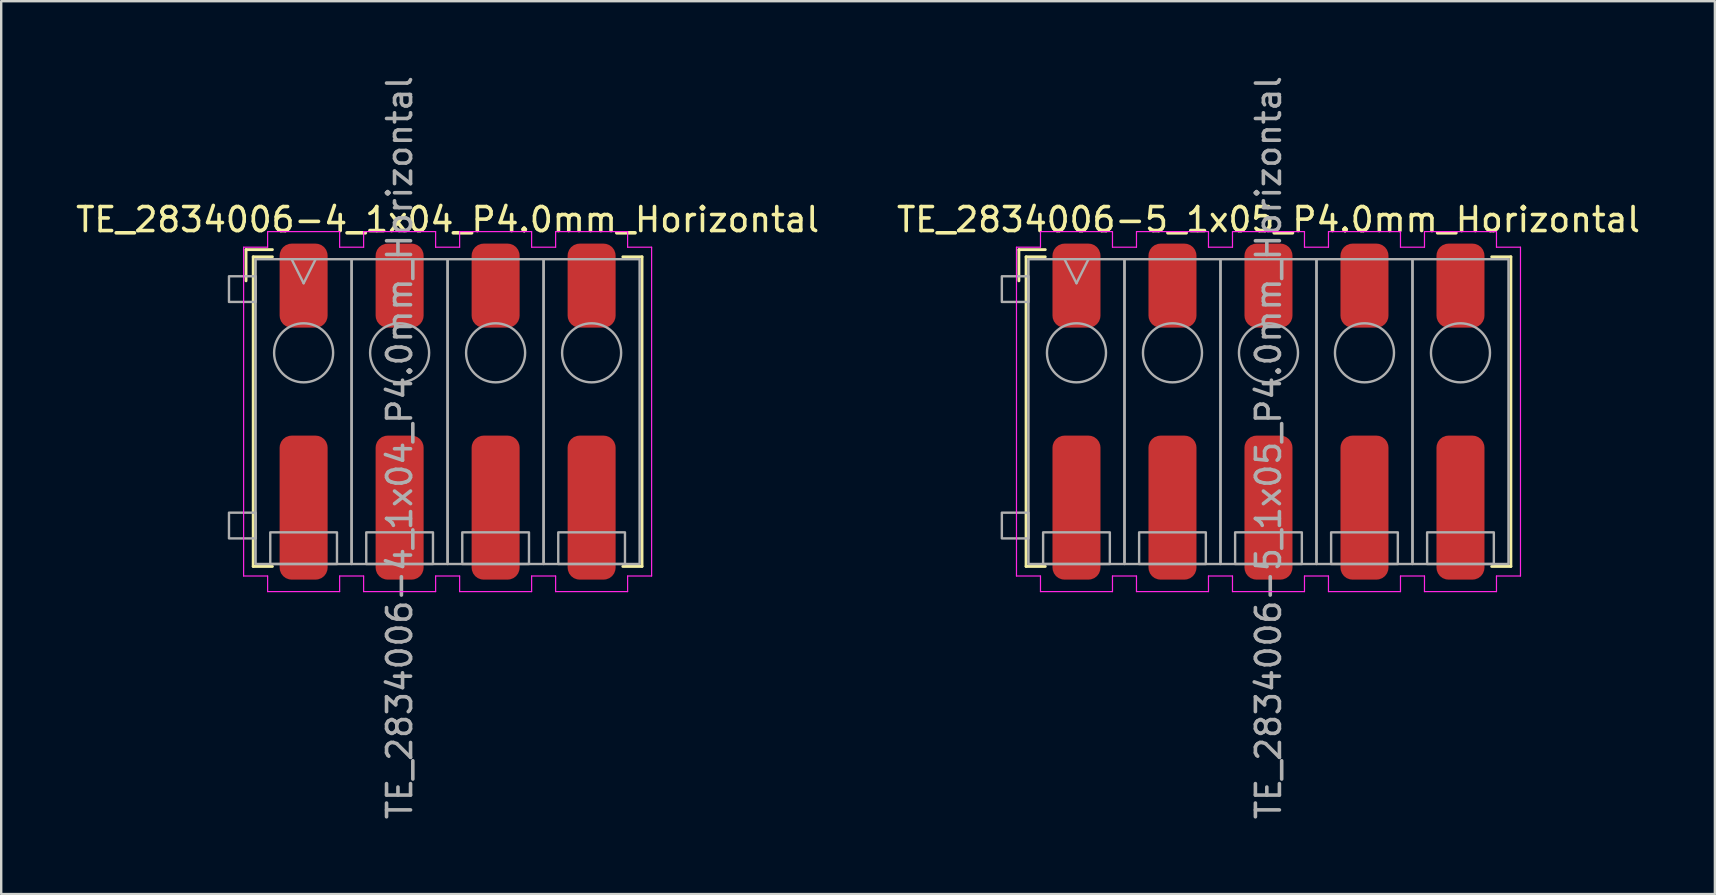
<source format=kicad_pcb>
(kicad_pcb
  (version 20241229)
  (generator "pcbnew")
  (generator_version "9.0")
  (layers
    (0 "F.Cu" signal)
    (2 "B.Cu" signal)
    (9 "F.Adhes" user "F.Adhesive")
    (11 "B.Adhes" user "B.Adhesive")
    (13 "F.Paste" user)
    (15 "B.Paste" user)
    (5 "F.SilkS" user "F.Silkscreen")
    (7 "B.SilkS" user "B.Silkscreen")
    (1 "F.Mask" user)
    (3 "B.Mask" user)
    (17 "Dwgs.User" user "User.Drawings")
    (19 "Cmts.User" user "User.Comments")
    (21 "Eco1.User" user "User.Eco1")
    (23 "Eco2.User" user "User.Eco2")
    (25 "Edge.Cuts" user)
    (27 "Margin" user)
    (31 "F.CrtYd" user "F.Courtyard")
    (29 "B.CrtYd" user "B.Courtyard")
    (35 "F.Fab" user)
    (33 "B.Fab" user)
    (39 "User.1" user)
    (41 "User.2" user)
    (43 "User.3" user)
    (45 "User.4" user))
  (footprint "TE_2834006-4_1x04_P4.0mm_Horizontal"
    (layer "F.Cu")
    (at 15.601 14.101)
    (property "Reference" "TE_2834006-4_1x04_P4.0mm_Horizontal" (at 0 -8 0) (unlocked yes) (layer "F.SilkS") (effects (font (size 1 1) (thickness 0.15))))
    (attr smd)
    (fp_line (start -8.4 -6.75) (end -8.4 -5.45) (stroke (width 0.12) (type solid)) (layer "F.SilkS"))
    (fp_line (start -8.1 -6.45) (end -7.3 -6.45) (stroke (width 0.12) (type solid)) (layer "F.SilkS"))
    (fp_line (start -8.1 6.45) (end -8.1 -6.45) (stroke (width 0.12) (type solid)) (layer "F.SilkS"))
    (fp_line (start -8.1 6.45) (end -7.3 6.45) (stroke (width 0.12) (type solid)) (layer "F.SilkS"))
    (fp_line (start -7.3 -6.75) (end -8.4 -6.75) (stroke (width 0.12) (type solid)) (layer "F.SilkS"))
    (fp_line (start 8.1 -6.45) (end 7.3 -6.45) (stroke (width 0.12) (type solid)) (layer "F.SilkS"))
    (fp_line (start 8.1 -6.45) (end 8.1 6.45) (stroke (width 0.12) (type solid)) (layer "F.SilkS"))
    (fp_line (start 8.1 6.45) (end 7.3 6.45) (stroke (width 0.12) (type solid)) (layer "F.SilkS"))
    (fp_line (start -8.5 -6.85) (end -8.5 6.85) (stroke (width 0.05) (type solid)) (layer "F.CrtYd"))
    (fp_line (start -8.5 -6.85) (end -7.5 -6.85) (stroke (width 0.05) (type solid)) (layer "F.CrtYd"))
    (fp_line (start -7.5 -7.5) (end -4.5 -7.5) (stroke (width 0.05) (type solid)) (layer "F.CrtYd"))
    (fp_line (start -7.5 -6.85) (end -7.5 -7.5) (stroke (width 0.05) (type solid)) (layer "F.CrtYd"))
    (fp_line (start -7.5 6.85) (end -8.5 6.85) (stroke (width 0.05) (type solid)) (layer "F.CrtYd"))
    (fp_line (start -7.5 7.5) (end -7.5 6.85) (stroke (width 0.05) (type solid)) (layer "F.CrtYd"))
    (fp_line (start -4.5 -7.5) (end -4.5 -6.85) (stroke (width 0.05) (type solid)) (layer "F.CrtYd"))
    (fp_line (start -4.5 -6.85) (end -3.5 -6.85) (stroke (width 0.05) (type solid)) (layer "F.CrtYd"))
    (fp_line (start -4.5 6.85) (end -4.5 7.5) (stroke (width 0.05) (type solid)) (layer "F.CrtYd"))
    (fp_line (start -4.5 7.5) (end -7.5 7.5) (stroke (width 0.05) (type solid)) (layer "F.CrtYd"))
    (fp_line (start -3.5 -7.5) (end -0.5 -7.5) (stroke (width 0.05) (type solid)) (layer "F.CrtYd"))
    (fp_line (start -3.5 -6.85) (end -3.5 -7.5) (stroke (width 0.05) (type solid)) (layer "F.CrtYd"))
    (fp_line (start -3.5 6.85) (end -4.5 6.85) (stroke (width 0.05) (type solid)) (layer "F.CrtYd"))
    (fp_line (start -3.5 7.5) (end -3.5 6.85) (stroke (width 0.05) (type solid)) (layer "F.CrtYd"))
    (fp_line (start -0.5 -7.5) (end -0.5 -6.85) (stroke (width 0.05) (type solid)) (layer "F.CrtYd"))
    (fp_line (start -0.5 -6.85) (end 0.5 -6.85) (stroke (width 0.05) (type solid)) (layer "F.CrtYd"))
    (fp_line (start -0.5 6.85) (end -0.5 7.5) (stroke (width 0.05) (type solid)) (layer "F.CrtYd"))
    (fp_line (start -0.5 7.5) (end -3.5 7.5) (stroke (width 0.05) (type solid)) (layer "F.CrtYd"))
    (fp_line (start 0.5 -7.5) (end 3.5 -7.5) (stroke (width 0.05) (type solid)) (layer "F.CrtYd"))
    (fp_line (start 0.5 -6.85) (end 0.5 -7.5) (stroke (width 0.05) (type solid)) (layer "F.CrtYd"))
    (fp_line (start 0.5 6.85) (end -0.5 6.85) (stroke (width 0.05) (type solid)) (layer "F.CrtYd"))
    (fp_line (start 0.5 7.5) (end 0.5 6.85) (stroke (width 0.05) (type solid)) (layer "F.CrtYd"))
    (fp_line (start 3.5 -7.5) (end 3.5 -6.85) (stroke (width 0.05) (type solid)) (layer "F.CrtYd"))
    (fp_line (start 3.5 -6.85) (end 4.5 -6.85) (stroke (width 0.05) (type solid)) (layer "F.CrtYd"))
    (fp_line (start 3.5 6.85) (end 3.5 7.5) (stroke (width 0.05) (type solid)) (layer "F.CrtYd"))
    (fp_line (start 3.5 7.5) (end 0.5 7.5) (stroke (width 0.05) (type solid)) (layer "F.CrtYd"))
    (fp_line (start 4.5 -7.5) (end 7.5 -7.5) (stroke (width 0.05) (type solid)) (layer "F.CrtYd"))
    (fp_line (start 4.5 -6.85) (end 4.5 -7.5) (stroke (width 0.05) (type solid)) (layer "F.CrtYd"))
    (fp_line (start 4.5 6.85) (end 3.5 6.85) (stroke (width 0.05) (type solid)) (layer "F.CrtYd"))
    (fp_line (start 4.5 7.5) (end 4.5 6.85) (stroke (width 0.05) (type solid)) (layer "F.CrtYd"))
    (fp_line (start 7.5 -7.5) (end 7.5 -6.85) (stroke (width 0.05) (type solid)) (layer "F.CrtYd"))
    (fp_line (start 7.5 -6.85) (end 8.5 -6.85) (stroke (width 0.05) (type solid)) (layer "F.CrtYd"))
    (fp_line (start 7.5 6.85) (end 7.5 7.5) (stroke (width 0.05) (type solid)) (layer "F.CrtYd"))
    (fp_line (start 7.5 7.5) (end 4.5 7.5) (stroke (width 0.05) (type solid)) (layer "F.CrtYd"))
    (fp_line (start 8.5 -6.85) (end 8.5 6.85) (stroke (width 0.05) (type solid)) (layer "F.CrtYd"))
    (fp_line (start 8.5 6.85) (end 7.5 6.85) (stroke (width 0.05) (type solid)) (layer "F.CrtYd"))
    (fp_line (start -6 -5.35) (end -6.5 -6.35) (stroke (width 0.1) (type solid)) (layer "F.Fab"))
    (fp_line (start -5.5 -6.35) (end -6 -5.35) (stroke (width 0.1) (type solid)) (layer "F.Fab"))
    (fp_rect (start -9.11 -5.64) (end -8 -4.569) (stroke (width 0.1) (type solid)) (fill no) (layer "F.Fab"))
    (fp_rect (start -9.11 4.21) (end -8 5.282) (stroke (width 0.1) (type solid)) (fill no) (layer "F.Fab"))
    (fp_rect (start -8 -6.35) (end -4 6.35) (stroke (width 0.1) (type solid)) (fill no) (layer "F.Fab"))
    (fp_rect (start -7.39 5.03) (end -4.61 6.35) (stroke (width 0.1) (type solid)) (fill no) (layer "F.Fab"))
    (fp_rect (start -4 -6.35) (end 0 6.35) (stroke (width 0.1) (type solid)) (fill no) (layer "F.Fab"))
    (fp_rect (start -3.39 5.03) (end -0.61 6.35) (stroke (width 0.1) (type solid)) (fill no) (layer "F.Fab"))
    (fp_rect (start 0 -6.35) (end 4 6.35) (stroke (width 0.1) (type solid)) (fill no) (layer "F.Fab"))
    (fp_rect (start 0.61 5.03) (end 3.39 6.35) (stroke (width 0.1) (type solid)) (fill no) (layer "F.Fab"))
    (fp_rect (start 4 -6.35) (end 8 6.35) (stroke (width 0.1) (type solid)) (fill no) (layer "F.Fab"))
    (fp_rect (start 4.61 5.03) (end 7.39 6.35) (stroke (width 0.1) (type solid)) (fill no) (layer "F.Fab"))
    (fp_circle (center -6 -2.45) (end -4.77 -2.45) (stroke (width 0.1) (type solid)) (fill no) (layer "F.Fab"))
    (fp_circle (center -2 -2.45) (end -0.77 -2.45) (stroke (width 0.1) (type solid)) (fill no) (layer "F.Fab"))
    (fp_circle (center 2 -2.45) (end 3.23 -2.45) (stroke (width 0.1) (type solid)) (fill no) (layer "F.Fab"))
    (fp_circle (center 6 -2.45) (end 7.23 -2.45) (stroke (width 0.1) (type solid)) (fill no) (layer "F.Fab"))
    (fp_text user "${REFERENCE}" (at -2 1.5 90) (unlocked yes) (layer "F.Fab") (effects (font (size 1 1) (thickness 0.15))))
    (pad "1" smd roundrect (at -6 -5.25) (size 2 3.5) (layers "F.Cu" "F.Mask" "F.Paste") (roundrect_rratio 0.25))
    (pad "1" smd roundrect (at -6 4) (size 2 6) (layers "F.Cu" "F.Mask" "F.Paste") (roundrect_rratio 0.25))
    (pad "2" smd roundrect (at -2 -5.25) (size 2 3.5) (layers "F.Cu" "F.Mask" "F.Paste") (roundrect_rratio 0.25))
    (pad "2" smd roundrect (at -2 4) (size 2 6) (layers "F.Cu" "F.Mask" "F.Paste") (roundrect_rratio 0.25))
    (pad "3" smd roundrect (at 2 -5.25) (size 2 3.5) (layers "F.Cu" "F.Mask" "F.Paste") (roundrect_rratio 0.25))
    (pad "3" smd roundrect (at 2 4) (size 2 6) (layers "F.Cu" "F.Mask" "F.Paste") (roundrect_rratio 0.25))
    (pad "4" smd roundrect (at 6 -5.25) (size 2 3.5) (layers "F.Cu" "F.Mask" "F.Paste") (roundrect_rratio 0.25))
    (pad "4" smd roundrect (at 6 4) (size 2 6) (layers "F.Cu" "F.Mask" "F.Paste") (roundrect_rratio 0.25)))
  (footprint "TE_2834006-5_1x05_P4.0mm_Horizontal"
    (layer "F.Cu")
    (at 49.804 14.101)
    (property "Reference" "TE_2834006-5_1x05_P4.0mm_Horizontal" (at 0 -8 0) (unlocked yes) (layer "F.SilkS") (effects (font (size 1 1) (thickness 0.15))))
    (attr smd)
    (fp_line (start -10.4 -6.75) (end -10.4 -5.45) (stroke (width 0.12) (type solid)) (layer "F.SilkS"))
    (fp_line (start -10.1 -6.45) (end -9.3 -6.45) (stroke (width 0.12) (type solid)) (layer "F.SilkS"))
    (fp_line (start -10.1 6.45) (end -10.1 -6.45) (stroke (width 0.12) (type solid)) (layer "F.SilkS"))
    (fp_line (start -10.1 6.45) (end -9.3 6.45) (stroke (width 0.12) (type solid)) (layer "F.SilkS"))
    (fp_line (start -9.3 -6.75) (end -10.4 -6.75) (stroke (width 0.12) (type solid)) (layer "F.SilkS"))
    (fp_line (start 10.1 -6.45) (end 9.3 -6.45) (stroke (width 0.12) (type solid)) (layer "F.SilkS"))
    (fp_line (start 10.1 -6.45) (end 10.1 6.45) (stroke (width 0.12) (type solid)) (layer "F.SilkS"))
    (fp_line (start 10.1 6.45) (end 9.3 6.45) (stroke (width 0.12) (type solid)) (layer "F.SilkS"))
    (fp_line (start -10.5 -6.85) (end -10.5 6.85) (stroke (width 0.05) (type solid)) (layer "F.CrtYd"))
    (fp_line (start -10.5 -6.85) (end -9.5 -6.85) (stroke (width 0.05) (type solid)) (layer "F.CrtYd"))
    (fp_line (start -9.5 -7.5) (end -6.5 -7.5) (stroke (width 0.05) (type solid)) (layer "F.CrtYd"))
    (fp_line (start -9.5 -6.85) (end -9.5 -7.5) (stroke (width 0.05) (type solid)) (layer "F.CrtYd"))
    (fp_line (start -9.5 6.85) (end -10.5 6.85) (stroke (width 0.05) (type solid)) (layer "F.CrtYd"))
    (fp_line (start -9.5 7.5) (end -9.5 6.85) (stroke (width 0.05) (type solid)) (layer "F.CrtYd"))
    (fp_line (start -6.5 -7.5) (end -6.5 -6.85) (stroke (width 0.05) (type solid)) (layer "F.CrtYd"))
    (fp_line (start -6.5 -6.85) (end -5.5 -6.85) (stroke (width 0.05) (type solid)) (layer "F.CrtYd"))
    (fp_line (start -6.5 6.85) (end -6.5 7.5) (stroke (width 0.05) (type solid)) (layer "F.CrtYd"))
    (fp_line (start -6.5 7.5) (end -9.5 7.5) (stroke (width 0.05) (type solid)) (layer "F.CrtYd"))
    (fp_line (start -5.5 -7.5) (end -2.5 -7.5) (stroke (width 0.05) (type solid)) (layer "F.CrtYd"))
    (fp_line (start -5.5 -6.85) (end -5.5 -7.5) (stroke (width 0.05) (type solid)) (layer "F.CrtYd"))
    (fp_line (start -5.5 6.85) (end -6.5 6.85) (stroke (width 0.05) (type solid)) (layer "F.CrtYd"))
    (fp_line (start -5.5 7.5) (end -5.5 6.85) (stroke (width 0.05) (type solid)) (layer "F.CrtYd"))
    (fp_line (start -2.5 -7.5) (end -2.5 -6.85) (stroke (width 0.05) (type solid)) (layer "F.CrtYd"))
    (fp_line (start -2.5 -6.85) (end -1.5 -6.85) (stroke (width 0.05) (type solid)) (layer "F.CrtYd"))
    (fp_line (start -2.5 6.85) (end -2.5 7.5) (stroke (width 0.05) (type solid)) (layer "F.CrtYd"))
    (fp_line (start -2.5 7.5) (end -5.5 7.5) (stroke (width 0.05) (type solid)) (layer "F.CrtYd"))
    (fp_line (start -1.5 -7.5) (end 1.5 -7.5) (stroke (width 0.05) (type solid)) (layer "F.CrtYd"))
    (fp_line (start -1.5 -6.85) (end -1.5 -7.5) (stroke (width 0.05) (type solid)) (layer "F.CrtYd"))
    (fp_line (start -1.5 6.85) (end -2.5 6.85) (stroke (width 0.05) (type solid)) (layer "F.CrtYd"))
    (fp_line (start -1.5 7.5) (end -1.5 6.85) (stroke (width 0.05) (type solid)) (layer "F.CrtYd"))
    (fp_line (start 1.5 -7.5) (end 1.5 -6.85) (stroke (width 0.05) (type solid)) (layer "F.CrtYd"))
    (fp_line (start 1.5 -6.85) (end 2.5 -6.85) (stroke (width 0.05) (type solid)) (layer "F.CrtYd"))
    (fp_line (start 1.5 6.85) (end 1.5 7.5) (stroke (width 0.05) (type solid)) (layer "F.CrtYd"))
    (fp_line (start 1.5 7.5) (end -1.5 7.5) (stroke (width 0.05) (type solid)) (layer "F.CrtYd"))
    (fp_line (start 2.5 -7.5) (end 5.5 -7.5) (stroke (width 0.05) (type solid)) (layer "F.CrtYd"))
    (fp_line (start 2.5 -6.85) (end 2.5 -7.5) (stroke (width 0.05) (type solid)) (layer "F.CrtYd"))
    (fp_line (start 2.5 6.85) (end 1.5 6.85) (stroke (width 0.05) (type solid)) (layer "F.CrtYd"))
    (fp_line (start 2.5 7.5) (end 2.5 6.85) (stroke (width 0.05) (type solid)) (layer "F.CrtYd"))
    (fp_line (start 5.5 -7.5) (end 5.5 -6.85) (stroke (width 0.05) (type solid)) (layer "F.CrtYd"))
    (fp_line (start 5.5 -6.85) (end 6.5 -6.85) (stroke (width 0.05) (type solid)) (layer "F.CrtYd"))
    (fp_line (start 5.5 6.85) (end 5.5 7.5) (stroke (width 0.05) (type solid)) (layer "F.CrtYd"))
    (fp_line (start 5.5 7.5) (end 2.5 7.5) (stroke (width 0.05) (type solid)) (layer "F.CrtYd"))
    (fp_line (start 6.5 -7.5) (end 9.5 -7.5) (stroke (width 0.05) (type solid)) (layer "F.CrtYd"))
    (fp_line (start 6.5 -6.85) (end 6.5 -7.5) (stroke (width 0.05) (type solid)) (layer "F.CrtYd"))
    (fp_line (start 6.5 6.85) (end 5.5 6.85) (stroke (width 0.05) (type solid)) (layer "F.CrtYd"))
    (fp_line (start 6.5 7.5) (end 6.5 6.85) (stroke (width 0.05) (type solid)) (layer "F.CrtYd"))
    (fp_line (start 9.5 -7.5) (end 9.5 -6.85) (stroke (width 0.05) (type solid)) (layer "F.CrtYd"))
    (fp_line (start 9.5 -6.85) (end 10.5 -6.85) (stroke (width 0.05) (type solid)) (layer "F.CrtYd"))
    (fp_line (start 9.5 6.85) (end 9.5 7.5) (stroke (width 0.05) (type solid)) (layer "F.CrtYd"))
    (fp_line (start 9.5 7.5) (end 6.5 7.5) (stroke (width 0.05) (type solid)) (layer "F.CrtYd"))
    (fp_line (start 10.5 -6.85) (end 10.5 6.85) (stroke (width 0.05) (type solid)) (layer "F.CrtYd"))
    (fp_line (start 10.5 6.85) (end 9.5 6.85) (stroke (width 0.05) (type solid)) (layer "F.CrtYd"))
    (fp_line (start -8 -5.35) (end -8.5 -6.35) (stroke (width 0.1) (type solid)) (layer "F.Fab"))
    (fp_line (start -7.5 -6.35) (end -8 -5.35) (stroke (width 0.1) (type solid)) (layer "F.Fab"))
    (fp_rect (start -11.11 -5.64) (end -10 -4.569) (stroke (width 0.1) (type solid)) (fill no) (layer "F.Fab"))
    (fp_rect (start -11.11 4.21) (end -10 5.282) (stroke (width 0.1) (type solid)) (fill no) (layer "F.Fab"))
    (fp_rect (start -10 -6.35) (end -6 6.35) (stroke (width 0.1) (type solid)) (fill no) (layer "F.Fab"))
    (fp_rect (start -9.39 5.03) (end -6.61 6.35) (stroke (width 0.1) (type solid)) (fill no) (layer "F.Fab"))
    (fp_rect (start -6 -6.35) (end -2 6.35) (stroke (width 0.1) (type solid)) (fill no) (layer "F.Fab"))
    (fp_rect (start -5.39 5.03) (end -2.61 6.35) (stroke (width 0.1) (type solid)) (fill no) (layer "F.Fab"))
    (fp_rect (start -2 -6.35) (end 2 6.35) (stroke (width 0.1) (type solid)) (fill no) (layer "F.Fab"))
    (fp_rect (start -1.39 5.03) (end 1.39 6.35) (stroke (width 0.1) (type solid)) (fill no) (layer "F.Fab"))
    (fp_rect (start 2 -6.35) (end 6 6.35) (stroke (width 0.1) (type solid)) (fill no) (layer "F.Fab"))
    (fp_rect (start 2.61 5.03) (end 5.39 6.35) (stroke (width 0.1) (type solid)) (fill no) (layer "F.Fab"))
    (fp_rect (start 6 -6.35) (end 10 6.35) (stroke (width 0.1) (type solid)) (fill no) (layer "F.Fab"))
    (fp_rect (start 6.61 5.03) (end 9.39 6.35) (stroke (width 0.1) (type solid)) (fill no) (layer "F.Fab"))
    (fp_circle (center -8 -2.45) (end -6.77 -2.45) (stroke (width 0.1) (type solid)) (fill no) (layer "F.Fab"))
    (fp_circle (center -4 -2.45) (end -2.77 -2.45) (stroke (width 0.1) (type solid)) (fill no) (layer "F.Fab"))
    (fp_circle (center 0 -2.45) (end 1.23 -2.45) (stroke (width 0.1) (type solid)) (fill no) (layer "F.Fab"))
    (fp_circle (center 4 -2.45) (end 5.23 -2.45) (stroke (width 0.1) (type solid)) (fill no) (layer "F.Fab"))
    (fp_circle (center 8 -2.45) (end 9.23 -2.45) (stroke (width 0.1) (type solid)) (fill no) (layer "F.Fab"))
    (fp_text user "${REFERENCE}" (at 0 1.5 90) (unlocked yes) (layer "F.Fab") (effects (font (size 1 1) (thickness 0.15))))
    (pad "1" smd roundrect (at -8 -5.25) (size 2 3.5) (layers "F.Cu" "F.Mask" "F.Paste") (roundrect_rratio 0.25))
    (pad "1" smd roundrect (at -8 4) (size 2 6) (layers "F.Cu" "F.Mask" "F.Paste") (roundrect_rratio 0.25))
    (pad "2" smd roundrect (at -4 -5.25) (size 2 3.5) (layers "F.Cu" "F.Mask" "F.Paste") (roundrect_rratio 0.25))
    (pad "2" smd roundrect (at -4 4) (size 2 6) (layers "F.Cu" "F.Mask" "F.Paste") (roundrect_rratio 0.25))
    (pad "3" smd roundrect (at 0 -5.25) (size 2 3.5) (layers "F.Cu" "F.Mask" "F.Paste") (roundrect_rratio 0.25))
    (pad "3" smd roundrect (at 0 4) (size 2 6) (layers "F.Cu" "F.Mask" "F.Paste") (roundrect_rratio 0.25))
    (pad "4" smd roundrect (at 4 -5.25) (size 2 3.5) (layers "F.Cu" "F.Mask" "F.Paste") (roundrect_rratio 0.25))
    (pad "4" smd roundrect (at 4 4) (size 2 6) (layers "F.Cu" "F.Mask" "F.Paste") (roundrect_rratio 0.25))
    (pad "5" smd roundrect (at 8 -5.25) (size 2 3.5) (layers "F.Cu" "F.Mask" "F.Paste") (roundrect_rratio 0.25))
    (pad "5" smd roundrect (at 8 4) (size 2 6) (layers "F.Cu" "F.Mask" "F.Paste") (roundrect_rratio 0.25)))
  (gr_rect
    (start -3 -3)
    (end 68.405 34.202)
    (stroke (width 0.1) (type default))
    (fill no)
    (layer "Edge.Cuts")))
</source>
